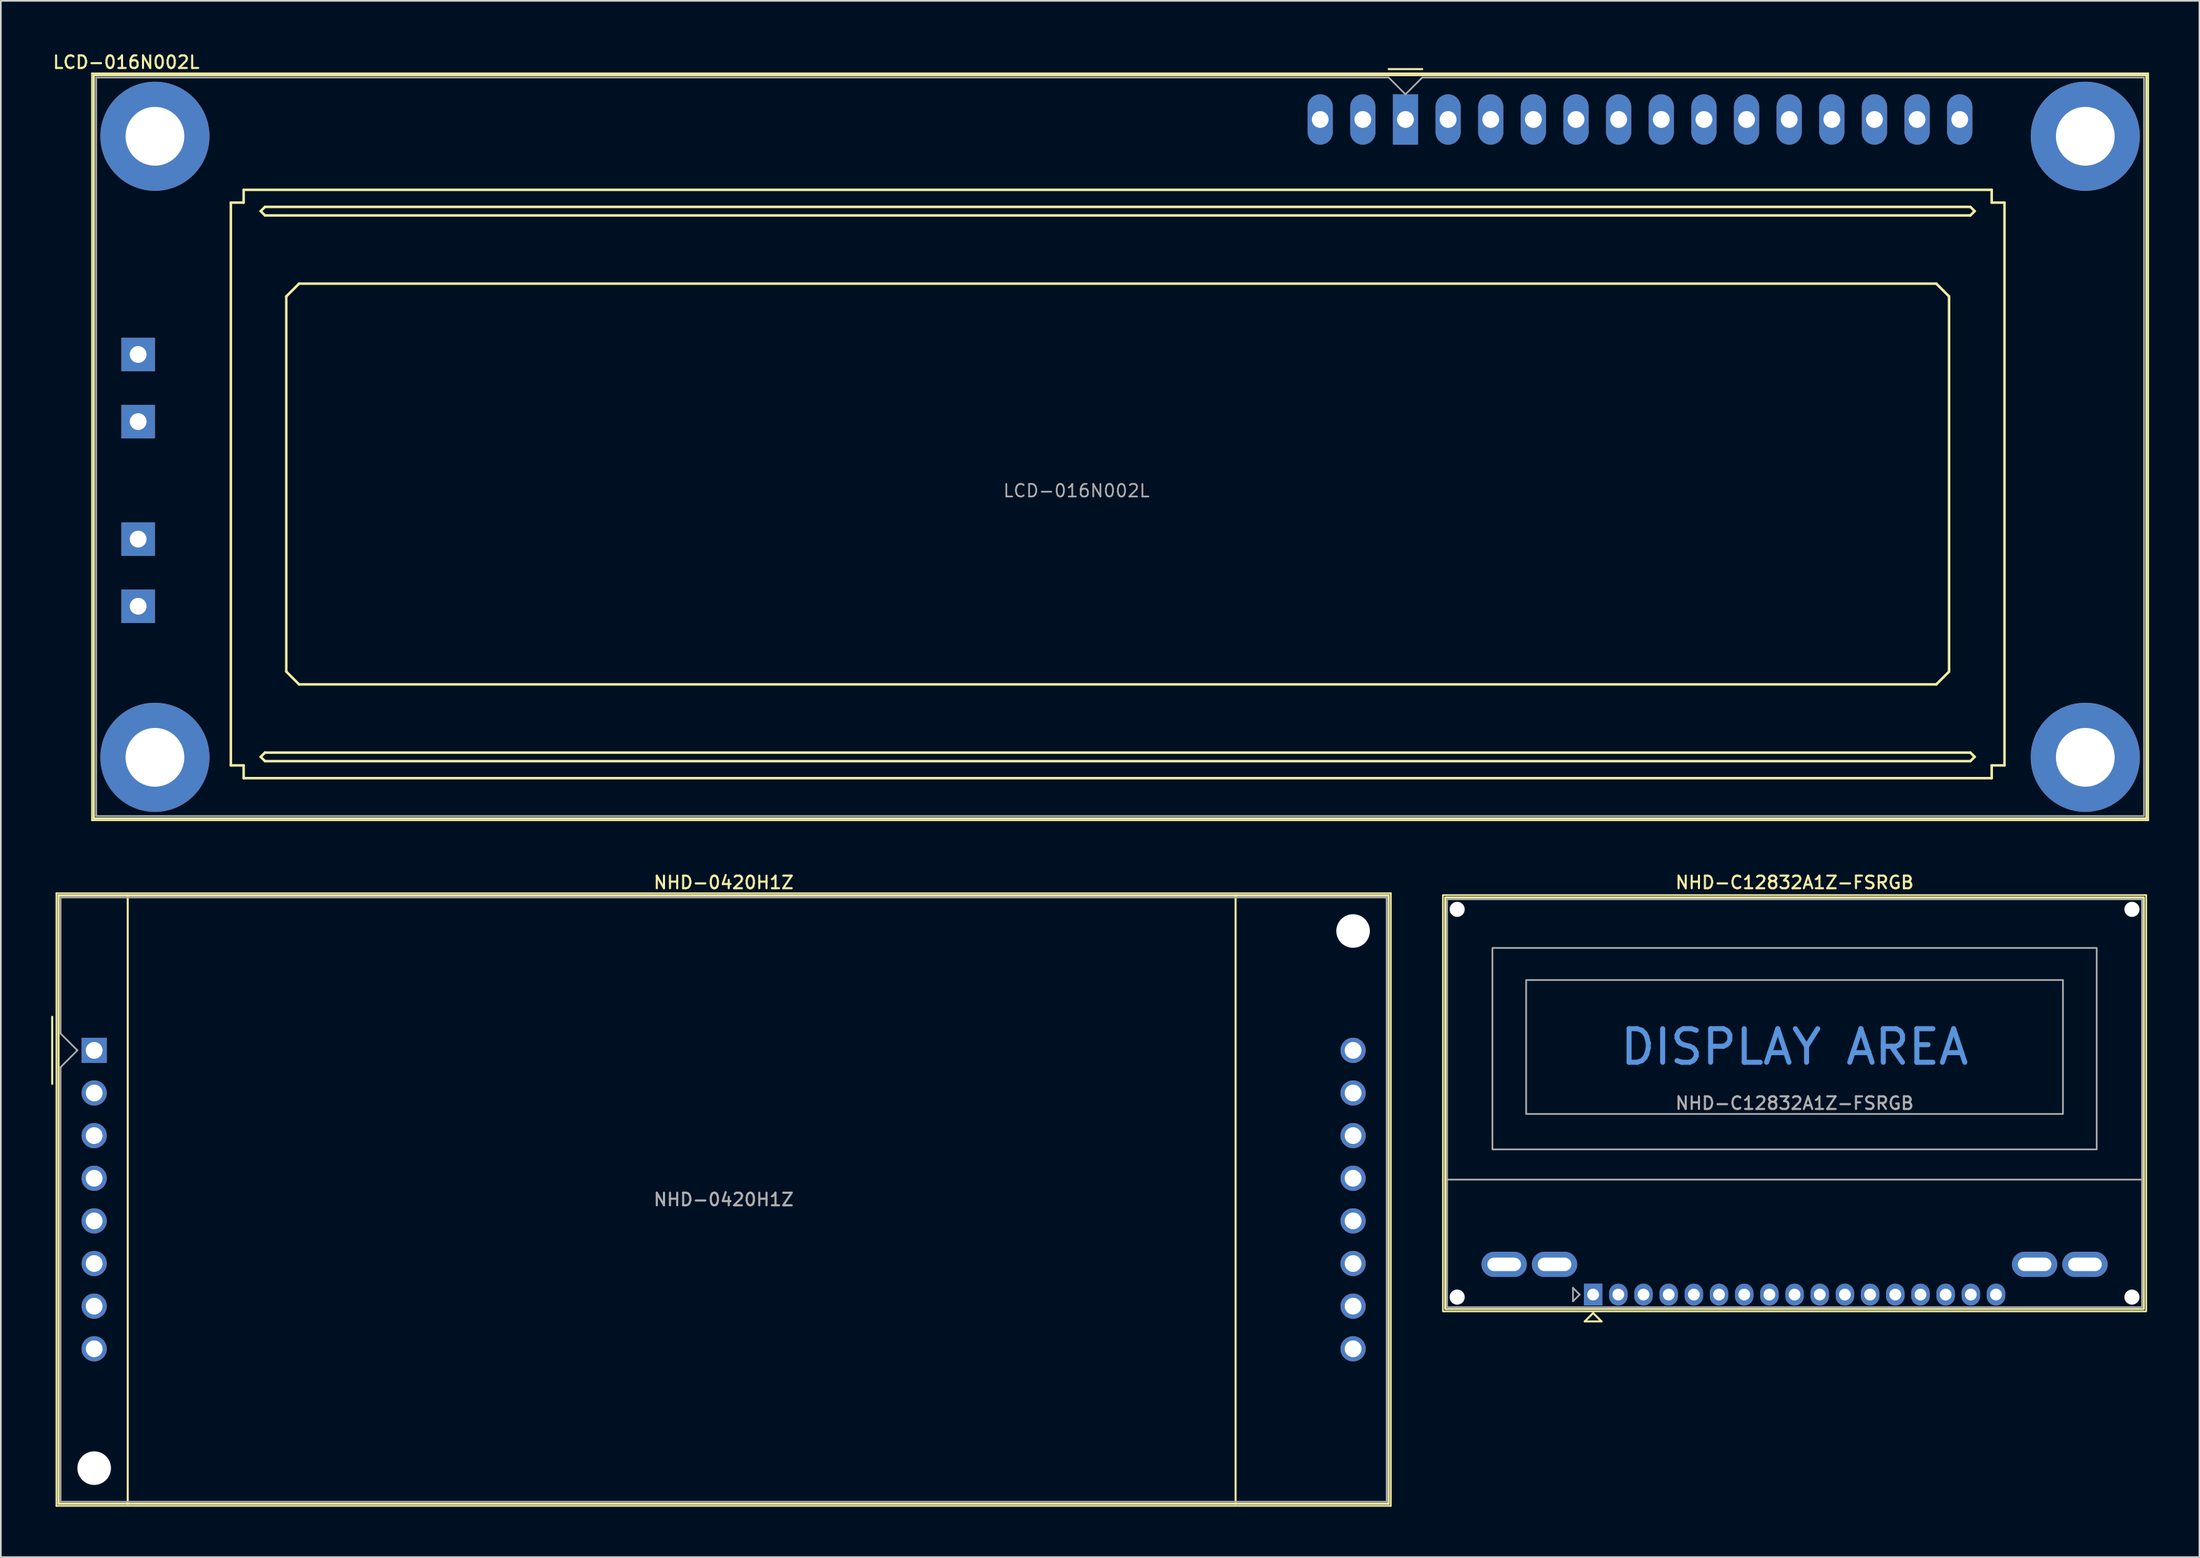
<source format=kicad_pcb>
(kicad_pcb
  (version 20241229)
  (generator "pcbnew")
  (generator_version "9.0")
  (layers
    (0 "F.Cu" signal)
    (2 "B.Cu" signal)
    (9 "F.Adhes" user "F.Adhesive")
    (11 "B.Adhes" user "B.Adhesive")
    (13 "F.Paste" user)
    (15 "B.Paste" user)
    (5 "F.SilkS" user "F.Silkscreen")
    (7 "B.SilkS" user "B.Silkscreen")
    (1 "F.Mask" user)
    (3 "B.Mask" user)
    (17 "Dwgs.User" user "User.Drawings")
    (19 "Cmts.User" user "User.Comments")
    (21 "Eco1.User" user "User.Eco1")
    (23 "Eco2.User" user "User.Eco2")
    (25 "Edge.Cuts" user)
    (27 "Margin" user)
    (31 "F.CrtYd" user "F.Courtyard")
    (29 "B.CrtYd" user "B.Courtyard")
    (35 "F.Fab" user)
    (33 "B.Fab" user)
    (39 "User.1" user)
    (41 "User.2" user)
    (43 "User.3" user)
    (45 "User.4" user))
  (footprint "NHD-0420H1Z"
    (layer "F.Cu")
    (at 2.56 59.526)
    (property "Reference" "NHD-0420H1Z" (at 37.5 -10 0) (layer "F.SilkS") (effects (font (size 0.75 0.75) (thickness 0.125))))
    (attr through_hole)
    (fp_line (start -2.5 -2) (end -2.5 2) (stroke (width 0.12) (type solid)) (layer "F.SilkS"))
    (fp_line (start -2.25 -9.36) (end 77.25 -9.36) (stroke (width 0.1) (type solid)) (layer "F.SilkS"))
    (fp_line (start -2.25 27.14) (end -2.25 -9.36) (stroke (width 0.1) (type solid)) (layer "F.SilkS"))
    (fp_line (start -2.12 -9.23) (end 77.12 -9.23) (stroke (width 0.12) (type solid)) (layer "F.SilkS"))
    (fp_line (start -2.12 27.01) (end -2.12 -9.23) (stroke (width 0.12) (type solid)) (layer "F.SilkS"))
    (fp_line (start 2 27.01) (end 2 -9.23) (stroke (width 0.12) (type solid)) (layer "F.SilkS"))
    (fp_line (start 68 -9.23) (end 68 27.01) (stroke (width 0.12) (type solid)) (layer "F.SilkS"))
    (fp_line (start 77.12 -9.23) (end 77.12 27.01) (stroke (width 0.12) (type solid)) (layer "F.SilkS"))
    (fp_line (start 77.12 27.01) (end -2.12 27.01) (stroke (width 0.12) (type solid)) (layer "F.SilkS"))
    (fp_line (start 77.25 -9.36) (end 77.25 27.14) (stroke (width 0.1) (type solid)) (layer "F.SilkS"))
    (fp_line (start 77.25 27.14) (end -2.25 27.14) (stroke (width 0.1) (type solid)) (layer "F.SilkS"))
    (fp_line (start -2 -9.11) (end 77 -9.11) (stroke (width 0.1) (type solid)) (layer "F.Fab"))
    (fp_line (start -2 -1) (end -2 -9.11) (stroke (width 0.1) (type solid)) (layer "F.Fab"))
    (fp_line (start -2 1) (end -1 0) (stroke (width 0.1) (type solid)) (layer "F.Fab"))
    (fp_line (start -2 26.89) (end -2 1) (stroke (width 0.1) (type solid)) (layer "F.Fab"))
    (fp_line (start -1 0) (end -2 -1) (stroke (width 0.1) (type solid)) (layer "F.Fab"))
    (fp_line (start 77 -9.11) (end 77 26.89) (stroke (width 0.1) (type solid)) (layer "F.Fab"))
    (fp_line (start 77 26.89) (end -2 26.89) (stroke (width 0.1) (type solid)) (layer "F.Fab"))
    (fp_text user "${REFERENCE}" (at 37.5 8.89 0) (layer "F.Fab") (effects (font (size 0.75 0.75) (thickness 0.125))))
    (pad "" np_thru_hole circle (at 0 24.89) (size 2 2) (drill 2) (layers "*.Cu" "*.Mask"))
    (pad "" np_thru_hole circle (at 75 -7.11) (size 2 2) (drill 2) (layers "*.Cu" "*.Mask"))
    (pad "1" thru_hole rect (at 0 0) (size 1.5 1.5) (drill 1) (layers "*.Cu" "*.Mask"))
    (pad "2" thru_hole circle (at 0 2.54) (size 1.5 1.5) (drill 1) (layers "*.Cu" "*.Mask"))
    (pad "3" thru_hole circle (at 0 5.08) (size 1.5 1.5) (drill 1) (layers "*.Cu" "*.Mask"))
    (pad "4" thru_hole circle (at 0 7.62) (size 1.5 1.5) (drill 1) (layers "*.Cu" "*.Mask"))
    (pad "5" thru_hole circle (at 0 10.16) (size 1.5 1.5) (drill 1) (layers "*.Cu" "*.Mask"))
    (pad "6" thru_hole circle (at 0 12.7) (size 1.5 1.5) (drill 1) (layers "*.Cu" "*.Mask"))
    (pad "7" thru_hole circle (at 0 15.24) (size 1.5 1.5) (drill 1) (layers "*.Cu" "*.Mask"))
    (pad "8" thru_hole circle (at 0 17.78) (size 1.5 1.5) (drill 1) (layers "*.Cu" "*.Mask"))
    (pad "9" thru_hole circle (at 75 0) (size 1.5 1.5) (drill 1) (layers "*.Cu" "*.Mask"))
    (pad "10" thru_hole circle (at 75 2.54) (size 1.5 1.5) (drill 1) (layers "*.Cu" "*.Mask"))
    (pad "11" thru_hole circle (at 75 5.08) (size 1.5 1.5) (drill 1) (layers "*.Cu" "*.Mask"))
    (pad "12" thru_hole circle (at 75 7.62) (size 1.5 1.5) (drill 1) (layers "*.Cu" "*.Mask"))
    (pad "13" thru_hole circle (at 75 10.16) (size 1.5 1.5) (drill 1) (layers "*.Cu" "*.Mask"))
    (pad "14" thru_hole circle (at 75 12.7) (size 1.5 1.5) (drill 1) (layers "*.Cu" "*.Mask"))
    (pad "15" thru_hole circle (at 75 15.24) (size 1.5 1.5) (drill 1) (layers "*.Cu" "*.Mask"))
    (pad "16" thru_hole circle (at 75 17.78) (size 1.5 1.5) (drill 1) (layers "*.Cu" "*.Mask")))
  (footprint "LCD-016N002L"
    (layer "F.Cu")
    (at 80.68 4.068)
    (property "Reference" "LCD-016N002L" (at -76.21 -3.41 180) (layer "F.SilkS") (effects (font (size 0.75 0.75) (thickness 0.125))))
    (attr through_hole)
    (fp_line (start -78.25 -2.75) (end -78.25 41.75) (stroke (width 0.1) (type solid)) (layer "F.SilkS"))
    (fp_line (start -78.25 -2.75) (end 44.25 -2.75) (stroke (width 0.1) (type solid)) (layer "F.SilkS"))
    (fp_line (start -78.25 41.75) (end 44.25 41.75) (stroke (width 0.1) (type solid)) (layer "F.SilkS"))
    (fp_line (start -78.14 -2.64) (end -78.14 41.64) (stroke (width 0.12) (type solid)) (layer "F.SilkS"))
    (fp_line (start -78.14 41.64) (end 44.14 41.64) (stroke (width 0.12) (type solid)) (layer "F.SilkS"))
    (fp_line (start -69.977 4.953) (end -69.977 38.481) (stroke (width 0.15) (type solid)) (layer "F.SilkS"))
    (fp_line (start -69.215 4.191) (end -69.215 4.953) (stroke (width 0.15) (type solid)) (layer "F.SilkS"))
    (fp_line (start -69.215 4.953) (end -69.977 4.953) (stroke (width 0.15) (type solid)) (layer "F.SilkS"))
    (fp_line (start -69.215 38.481) (end -69.977 38.481) (stroke (width 0.15) (type solid)) (layer "F.SilkS"))
    (fp_line (start -69.215 39.243) (end -69.215 38.481) (stroke (width 0.15) (type solid)) (layer "F.SilkS"))
    (fp_line (start -69.215 39.243) (end 34.925 39.243) (stroke (width 0.15) (type solid)) (layer "F.SilkS"))
    (fp_line (start -68.199 5.461) (end -67.945 5.715) (stroke (width 0.15) (type solid)) (layer "F.SilkS"))
    (fp_line (start -68.199 37.973) (end -67.945 38.227) (stroke (width 0.15) (type solid)) (layer "F.SilkS"))
    (fp_line (start -67.945 5.207) (end -68.199 5.461) (stroke (width 0.15) (type solid)) (layer "F.SilkS"))
    (fp_line (start -67.945 5.715) (end 33.655 5.715) (stroke (width 0.15) (type solid)) (layer "F.SilkS"))
    (fp_line (start -67.945 37.719) (end -68.199 37.973) (stroke (width 0.15) (type solid)) (layer "F.SilkS"))
    (fp_line (start -67.945 38.227) (end 33.655 38.227) (stroke (width 0.15) (type solid)) (layer "F.SilkS"))
    (fp_line (start -66.675 10.541) (end -65.913 9.779) (stroke (width 0.15) (type solid)) (layer "F.SilkS"))
    (fp_line (start -66.675 32.893) (end -66.675 10.541) (stroke (width 0.15) (type solid)) (layer "F.SilkS"))
    (fp_line (start -65.913 9.779) (end 31.623 9.779) (stroke (width 0.15) (type solid)) (layer "F.SilkS"))
    (fp_line (start -65.913 33.655) (end -66.675 32.893) (stroke (width 0.15) (type solid)) (layer "F.SilkS"))
    (fp_line (start -1 -3) (end 1 -3) (stroke (width 0.12) (type solid)) (layer "F.SilkS"))
    (fp_line (start 31.623 9.779) (end 32.385 10.541) (stroke (width 0.15) (type solid)) (layer "F.SilkS"))
    (fp_line (start 31.623 33.655) (end -65.913 33.655) (stroke (width 0.15) (type solid)) (layer "F.SilkS"))
    (fp_line (start 32.385 10.541) (end 32.385 32.893) (stroke (width 0.15) (type solid)) (layer "F.SilkS"))
    (fp_line (start 32.385 32.893) (end 31.623 33.655) (stroke (width 0.15) (type solid)) (layer "F.SilkS"))
    (fp_line (start 33.655 5.207) (end -67.945 5.207) (stroke (width 0.15) (type solid)) (layer "F.SilkS"))
    (fp_line (start 33.655 5.207) (end 33.909 5.461) (stroke (width 0.15) (type solid)) (layer "F.SilkS"))
    (fp_line (start 33.655 37.719) (end -67.945 37.719) (stroke (width 0.15) (type solid)) (layer "F.SilkS"))
    (fp_line (start 33.655 38.227) (end 33.909 37.973) (stroke (width 0.15) (type solid)) (layer "F.SilkS"))
    (fp_line (start 33.909 5.461) (end 33.655 5.715) (stroke (width 0.15) (type solid)) (layer "F.SilkS"))
    (fp_line (start 33.909 37.973) (end 33.655 37.719) (stroke (width 0.15) (type solid)) (layer "F.SilkS"))
    (fp_line (start 34.925 4.191) (end -69.215 4.191) (stroke (width 0.15) (type solid)) (layer "F.SilkS"))
    (fp_line (start 34.925 4.191) (end 34.925 4.953) (stroke (width 0.15) (type solid)) (layer "F.SilkS"))
    (fp_line (start 34.925 4.953) (end 35.687 4.953) (stroke (width 0.15) (type solid)) (layer "F.SilkS"))
    (fp_line (start 34.925 38.481) (end 34.925 39.243) (stroke (width 0.15) (type solid)) (layer "F.SilkS"))
    (fp_line (start 35.687 38.481) (end 34.925 38.481) (stroke (width 0.15) (type solid)) (layer "F.SilkS"))
    (fp_line (start 35.687 38.481) (end 35.687 4.953) (stroke (width 0.15) (type solid)) (layer "F.SilkS"))
    (fp_line (start 44.14 -2.64) (end -78.14 -2.64) (stroke (width 0.12) (type solid)) (layer "F.SilkS"))
    (fp_line (start 44.14 -2.64) (end 44.14 41.64) (stroke (width 0.12) (type solid)) (layer "F.SilkS"))
    (fp_line (start 44.25 -2.75) (end 44.25 41.75) (stroke (width 0.1) (type solid)) (layer "F.SilkS"))
    (fp_line (start -78 -2.5) (end -1 -2.5) (stroke (width 0.1) (type solid)) (layer "F.Fab"))
    (fp_line (start -78 41.5) (end -78 -2.5) (stroke (width 0.1) (type solid)) (layer "F.Fab"))
    (fp_line (start 0 -1.5) (end -1 -2.5) (stroke (width 0.1) (type solid)) (layer "F.Fab"))
    (fp_line (start 1 -2.5) (end 0 -1.5) (stroke (width 0.1) (type solid)) (layer "F.Fab"))
    (fp_line (start 1 -2.5) (end 44 -2.5) (stroke (width 0.1) (type solid)) (layer "F.Fab"))
    (fp_line (start 44 -2.5) (end 44 41.5) (stroke (width 0.1) (type solid)) (layer "F.Fab"))
    (fp_line (start 44 41.5) (end -78 41.5) (stroke (width 0.1) (type solid)) (layer "F.Fab"))
    (fp_text user "${REFERENCE}" (at -19.6 22.12 0) (layer "F.Fab") (effects (font (size 0.75 0.75) (thickness 0.1))))
    (pad "" thru_hole circle (at -74.5 1 180) (size 6.5 6.5) (drill 3.5) (layers "*.Cu" "*.Mask"))
    (pad "" thru_hole circle (at -74.5 38 180) (size 6.5 6.5) (drill 3.5) (layers "*.Cu" "*.Mask"))
    (pad "" thru_hole circle (at 40.5 1 180) (size 6.5 6.5) (drill 3.5) (layers "*.Cu" "*.Mask"))
    (pad "" thru_hole circle (at 40.5 38 180) (size 6.5 6.5) (drill 3.5) (layers "*.Cu" "*.Mask"))
    (pad "1" thru_hole rect (at 0 0 180) (size 1.5 3) (drill 1) (layers "*.Cu" "*.Mask"))
    (pad "2" thru_hole oval (at 2.54 0 180) (size 1.5 3) (drill 1) (layers "*.Cu" "*.Mask"))
    (pad "3" thru_hole oval (at 5.08 0 180) (size 1.5 3) (drill 1) (layers "*.Cu" "*.Mask"))
    (pad "4" thru_hole oval (at 7.62 0 180) (size 1.5 3) (drill 1) (layers "*.Cu" "*.Mask"))
    (pad "5" thru_hole oval (at 10.16 0 180) (size 1.5 3) (drill 1) (layers "*.Cu" "*.Mask"))
    (pad "6" thru_hole oval (at 12.7 0 180) (size 1.5 3) (drill 1) (layers "*.Cu" "*.Mask"))
    (pad "7" thru_hole oval (at 15.24 0 180) (size 1.5 3) (drill 1) (layers "*.Cu" "*.Mask"))
    (pad "8" thru_hole oval (at 17.78 0 180) (size 1.5 3) (drill 1) (layers "*.Cu" "*.Mask"))
    (pad "9" thru_hole oval (at 20.32 0 180) (size 1.5 3) (drill 1) (layers "*.Cu" "*.Mask"))
    (pad "10" thru_hole oval (at 22.86 0 180) (size 1.5 3) (drill 1) (layers "*.Cu" "*.Mask"))
    (pad "11" thru_hole oval (at 25.4 0 180) (size 1.5 3) (drill 1) (layers "*.Cu" "*.Mask"))
    (pad "12" thru_hole oval (at 27.94 0 180) (size 1.5 3) (drill 1) (layers "*.Cu" "*.Mask"))
    (pad "13" thru_hole oval (at 30.48 0 180) (size 1.5 3) (drill 1) (layers "*.Cu" "*.Mask"))
    (pad "14" thru_hole oval (at 33.02 0 180) (size 1.5 3) (drill 1) (layers "*.Cu" "*.Mask"))
    (pad "15" thru_hole oval (at -2.54 0 180) (size 1.5 3) (drill 1) (layers "*.Cu" "*.Mask"))
    (pad "16" thru_hole oval (at -5.08 0 180) (size 1.5 3) (drill 1) (layers "*.Cu" "*.Mask"))
    (pad "A1" thru_hole rect (at -75.5 14 180) (size 2 2) (drill 1) (layers "*.Cu" "*.Mask"))
    (pad "A2" thru_hole rect (at -75.5 25 180) (size 2 2) (drill 1) (layers "*.Cu" "*.Mask"))
    (pad "K1" thru_hole rect (at -75.5 18 180) (size 2 2) (drill 1) (layers "*.Cu" "*.Mask"))
    (pad "K2" thru_hole rect (at -75.5 29 180) (size 2 2) (drill 1) (layers "*.Cu" "*.Mask")))
  (footprint "NHD-C12832A1Z-FSRGB"
    (layer "F.Cu")
    (at 91.86 74.076)
    (property "Reference" "NHD-C12832A1Z-FSRGB" (at 12 -24.55 0) (unlocked yes) (layer "F.SilkS") (effects (font (size 0.75 0.75) (thickness 0.125))))
    (attr through_hole)
    (fp_line (start -0.5 1.6) (end 0 1.1) (stroke (width 0.12) (type solid)) (layer "F.SilkS"))
    (fp_line (start 0 1.1) (end 0.5 1.6) (stroke (width 0.12) (type solid)) (layer "F.SilkS"))
    (fp_line (start 0.5 1.6) (end -0.5 1.6) (stroke (width 0.12) (type solid)) (layer "F.SilkS"))
    (fp_rect (start -8.95 -23.8) (end 32.95 1) (stroke (width 0.1) (type solid)) (fill no) (layer "F.SilkS"))
    (fp_rect (start -8.81 -23.66) (end 32.81 0.86) (stroke (width 0.12) (type solid)) (fill no) (layer "F.SilkS"))
    (fp_line (start -8.7 -6.85) (end 32.7 -6.85) (stroke (width 0.1) (type solid)) (layer "F.Fab"))
    (fp_line (start -1.2 -0.4) (end -1.2 0.4) (stroke (width 0.1) (type solid)) (layer "F.Fab"))
    (fp_line (start -1.2 0.4) (end -0.8 0) (stroke (width 0.1) (type solid)) (layer "F.Fab"))
    (fp_line (start -0.8 0) (end -1.2 -0.4) (stroke (width 0.1) (type solid)) (layer "F.Fab"))
    (fp_rect (start -8.7 -23.55) (end 32.7 0.75) (stroke (width 0.1) (type solid)) (fill no) (layer "F.Fab"))
    (fp_rect (start -6 -20.65) (end 30 -8.65) (stroke (width 0.1) (type solid)) (fill no) (layer "F.Fab"))
    (fp_rect (start -3.99 -18.74) (end 27.99 -10.76) (stroke (width 0.1) (type solid)) (fill no) (layer "F.Fab"))
    (fp_text user "DISPLAY AREA" (at 12 -14.75 0) (unlocked yes) (layer "Cmts.User") (effects (font (size 2 2) (thickness 0.3))))
    (fp_text user "${REFERENCE}" (at 12 -11.4 0) (unlocked yes) (layer "F.Fab") (effects (font (size 0.75 0.75) (thickness 0.125))))
    (pad "" np_thru_hole circle (at -8.1 -22.95) (size 0.9 0.9) (drill 0.9) (layers "*.Cu" "*.Mask"))
    (pad "" np_thru_hole circle (at -8.1 0.15) (size 0.9 0.9) (drill 0.9) (layers "*.Cu" "*.Mask"))
    (pad "" np_thru_hole circle (at 32.1 -22.95) (size 0.9 0.9) (drill 0.9) (layers "*.Cu" "*.Mask"))
    (pad "" np_thru_hole circle (at 32.1 0.15) (size 0.9 0.9) (drill 0.9) (layers "*.Cu" "*.Mask"))
    (pad "1" thru_hole rect (at 0 0) (size 1.1 1.3) (drill 0.7) (layers "*.Cu" "*.Mask"))
    (pad "2" thru_hole oval (at 1.5 0) (size 1.1 1.3) (drill 0.7) (layers "*.Cu" "*.Mask"))
    (pad "3" thru_hole oval (at 3 0) (size 1.1 1.3) (drill 0.7) (layers "*.Cu" "*.Mask"))
    (pad "4" thru_hole oval (at 4.5 0) (size 1.1 1.3) (drill 0.7) (layers "*.Cu" "*.Mask"))
    (pad "5" thru_hole oval (at 6 0) (size 1.1 1.3) (drill 0.7) (layers "*.Cu" "*.Mask"))
    (pad "6" thru_hole oval (at 7.5 0) (size 1.1 1.3) (drill 0.7) (layers "*.Cu" "*.Mask"))
    (pad "7" thru_hole oval (at 9 0) (size 1.1 1.3) (drill 0.7) (layers "*.Cu" "*.Mask"))
    (pad "8" thru_hole oval (at 10.5 0) (size 1.1 1.3) (drill 0.7) (layers "*.Cu" "*.Mask"))
    (pad "9" thru_hole oval (at 12 0) (size 1.1 1.3) (drill 0.7) (layers "*.Cu" "*.Mask"))
    (pad "10" thru_hole oval (at 13.5 0) (size 1.1 1.3) (drill 0.7) (layers "*.Cu" "*.Mask"))
    (pad "11" thru_hole oval (at 15 0) (size 1.1 1.3) (drill 0.7) (layers "*.Cu" "*.Mask"))
    (pad "12" thru_hole oval (at 16.5 0) (size 1.1 1.3) (drill 0.7) (layers "*.Cu" "*.Mask"))
    (pad "13" thru_hole oval (at 18 0) (size 1.1 1.3) (drill 0.7) (layers "*.Cu" "*.Mask"))
    (pad "14" thru_hole oval (at 19.5 0) (size 1.1 1.3) (drill 0.7) (layers "*.Cu" "*.Mask"))
    (pad "15" thru_hole oval (at 21 0) (size 1.1 1.3) (drill 0.7) (layers "*.Cu" "*.Mask"))
    (pad "16" thru_hole oval (at 22.5 0) (size 1.1 1.3) (drill 0.7) (layers "*.Cu" "*.Mask"))
    (pad "17" thru_hole oval (at 24 0) (size 1.1 1.3) (drill 0.7) (layers "*.Cu" "*.Mask"))
    (pad "18" thru_hole oval (at -5.3 -1.8) (size 2.7 1.5) (drill oval 2 0.8) (layers "*.Cu" "*.Mask"))
    (pad "19" thru_hole oval (at -2.3 -1.8) (size 2.7 1.5) (drill oval 2 0.8) (layers "*.Cu" "*.Mask"))
    (pad "20" thru_hole oval (at 26.3 -1.8) (size 2.7 1.5) (drill oval 2 0.8) (layers "*.Cu" "*.Mask"))
    (pad "21" thru_hole oval (at 29.3 -1.8) (size 2.7 1.5) (drill oval 2 0.8) (layers "*.Cu" "*.Mask")))
  (gr_rect
    (start -3 -3)
    (end 127.98 89.716)
    (stroke (width 0.1) (type default))
    (fill no)
    (layer "Edge.Cuts")))
</source>
